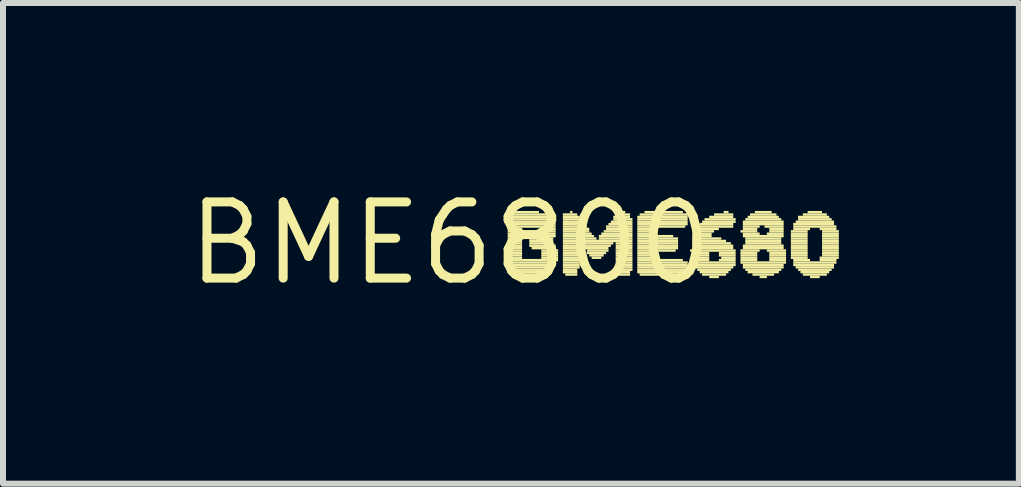
<source format=kicad_pcb>
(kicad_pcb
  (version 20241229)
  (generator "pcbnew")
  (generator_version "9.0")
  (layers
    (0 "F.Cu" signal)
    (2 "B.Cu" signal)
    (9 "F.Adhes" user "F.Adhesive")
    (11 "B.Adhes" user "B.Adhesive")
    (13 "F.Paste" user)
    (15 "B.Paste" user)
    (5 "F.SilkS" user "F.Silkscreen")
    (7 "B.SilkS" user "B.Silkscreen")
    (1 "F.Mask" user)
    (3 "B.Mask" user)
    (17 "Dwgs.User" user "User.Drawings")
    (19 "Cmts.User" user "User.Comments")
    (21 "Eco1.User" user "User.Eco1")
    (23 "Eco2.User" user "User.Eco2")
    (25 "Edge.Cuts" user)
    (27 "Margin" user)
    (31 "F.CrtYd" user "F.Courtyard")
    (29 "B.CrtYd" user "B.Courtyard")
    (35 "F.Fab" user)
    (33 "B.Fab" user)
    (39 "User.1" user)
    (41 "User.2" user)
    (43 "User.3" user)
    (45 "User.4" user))
  (footprint "BME6800"
    (layer "F.Cu")
    (at 4.452 1.006)
    (property "Reference" "BME6800" (at 0 0 0) (layer "F.SilkS") (effects (font (size 1.27 1.27) (thickness 0.15))))
    (fp_poly (pts (xy 0.96 -0.46) (xy 1.6 -0.46) (xy 1.6 -0.5) (xy 0.96 -0.5)) (stroke (width 0) (type default)) (fill yes) (layer "F.SilkS"))
    (fp_poly (pts (xy 0.96 -0.42) (xy 1.64 -0.42) (xy 1.64 -0.46) (xy 0.96 -0.46)) (stroke (width 0) (type default)) (fill yes) (layer "F.SilkS"))
    (fp_poly (pts (xy 0.96 -0.38) (xy 1.68 -0.38) (xy 1.68 -0.42) (xy 0.96 -0.42)) (stroke (width 0) (type default)) (fill yes) (layer "F.SilkS"))
    (fp_poly (pts (xy 0.96 -0.34) (xy 1.72 -0.34) (xy 1.72 -0.38) (xy 0.96 -0.38)) (stroke (width 0) (type default)) (fill yes) (layer "F.SilkS"))
    (fp_poly (pts (xy 0.96 -0.3) (xy 1.76 -0.3) (xy 1.76 -0.34) (xy 0.96 -0.34)) (stroke (width 0) (type default)) (fill yes) (layer "F.SilkS"))
    (fp_poly (pts (xy 0.96 -0.26) (xy 1.76 -0.26) (xy 1.76 -0.3) (xy 0.96 -0.3)) (stroke (width 0) (type default)) (fill yes) (layer "F.SilkS"))
    (fp_poly (pts (xy 0.96 -0.22) (xy 1.2 -0.22) (xy 1.2 -0.26) (xy 0.96 -0.26)) (stroke (width 0) (type default)) (fill yes) (layer "F.SilkS"))
    (fp_poly (pts (xy 0.96 -0.18) (xy 1.2 -0.18) (xy 1.2 -0.22) (xy 0.96 -0.22)) (stroke (width 0) (type default)) (fill yes) (layer "F.SilkS"))
    (fp_poly (pts (xy 0.96 -0.14) (xy 1.2 -0.14) (xy 1.2 -0.18) (xy 0.96 -0.18)) (stroke (width 0) (type default)) (fill yes) (layer "F.SilkS"))
    (fp_poly (pts (xy 0.96 -0.1) (xy 1.2 -0.1) (xy 1.2 -0.14) (xy 0.96 -0.14)) (stroke (width 0) (type default)) (fill yes) (layer "F.SilkS"))
    (fp_poly (pts (xy 0.96 -0.06) (xy 1.2 -0.06) (xy 1.2 -0.1) (xy 0.96 -0.1)) (stroke (width 0) (type default)) (fill yes) (layer "F.SilkS"))
    (fp_poly (pts (xy 0.96 -0.02) (xy 1.2 -0.02) (xy 1.2 -0.06) (xy 0.96 -0.06)) (stroke (width 0) (type default)) (fill yes) (layer "F.SilkS"))
    (fp_poly (pts (xy 0.96 0.02) (xy 1.2 0.02) (xy 1.2 -0.02) (xy 0.96 -0.02)) (stroke (width 0) (type default)) (fill yes) (layer "F.SilkS"))
    (fp_poly (pts (xy 0.96 0.06) (xy 1.2 0.06) (xy 1.2 0.02) (xy 0.96 0.02)) (stroke (width 0) (type default)) (fill yes) (layer "F.SilkS"))
    (fp_poly (pts (xy 0.96 0.1) (xy 1.2 0.1) (xy 1.2 0.06) (xy 0.96 0.06)) (stroke (width 0) (type default)) (fill yes) (layer "F.SilkS"))
    (fp_poly (pts (xy 0.96 0.14) (xy 1.2 0.14) (xy 1.2 0.1) (xy 0.96 0.1)) (stroke (width 0) (type default)) (fill yes) (layer "F.SilkS"))
    (fp_poly (pts (xy 0.96 0.18) (xy 1.2 0.18) (xy 1.2 0.14) (xy 0.96 0.14)) (stroke (width 0) (type default)) (fill yes) (layer "F.SilkS"))
    (fp_poly (pts (xy 0.96 0.22) (xy 1.2 0.22) (xy 1.2 0.18) (xy 0.96 0.18)) (stroke (width 0) (type default)) (fill yes) (layer "F.SilkS"))
    (fp_poly (pts (xy 0.96 0.26) (xy 1.2 0.26) (xy 1.2 0.22) (xy 0.96 0.22)) (stroke (width 0) (type default)) (fill yes) (layer "F.SilkS"))
    (fp_poly (pts (xy 0.96 0.3) (xy 1.8 0.3) (xy 1.8 0.26) (xy 0.96 0.26)) (stroke (width 0) (type default)) (fill yes) (layer "F.SilkS"))
    (fp_poly (pts (xy 0.96 0.34) (xy 1.76 0.34) (xy 1.76 0.3) (xy 0.96 0.3)) (stroke (width 0) (type default)) (fill yes) (layer "F.SilkS"))
    (fp_poly (pts (xy 0.96 0.38) (xy 1.76 0.38) (xy 1.76 0.34) (xy 0.96 0.34)) (stroke (width 0) (type default)) (fill yes) (layer "F.SilkS"))
    (fp_poly (pts (xy 0.96 0.42) (xy 1.72 0.42) (xy 1.72 0.38) (xy 0.96 0.38)) (stroke (width 0) (type default)) (fill yes) (layer "F.SilkS"))
    (fp_poly (pts (xy 0.96 0.46) (xy 1.68 0.46) (xy 1.68 0.42) (xy 0.96 0.42)) (stroke (width 0) (type default)) (fill yes) (layer "F.SilkS"))
    (fp_poly (pts (xy 0.96 0.5) (xy 1.64 0.5) (xy 1.64 0.46) (xy 0.96 0.46)) (stroke (width 0) (type default)) (fill yes) (layer "F.SilkS"))
    (fp_poly (pts (xy 1 0.54) (xy 1.6 0.54) (xy 1.6 0.5) (xy 1 0.5)) (stroke (width 0) (type default)) (fill yes) (layer "F.SilkS"))
    (fp_poly (pts (xy 1.04 -0.5) (xy 1.48 -0.5) (xy 1.48 -0.54) (xy 1.04 -0.54)) (stroke (width 0) (type default)) (fill yes) (layer "F.SilkS"))
    (fp_poly (pts (xy 1.32 -0.06) (xy 1.72 -0.06) (xy 1.72 -0.1) (xy 1.32 -0.1)) (stroke (width 0) (type default)) (fill yes) (layer "F.SilkS"))
    (fp_poly (pts (xy 1.32 -0.02) (xy 1.72 -0.02) (xy 1.72 -0.06) (xy 1.32 -0.06)) (stroke (width 0) (type default)) (fill yes) (layer "F.SilkS"))
    (fp_poly (pts (xy 1.32 0.02) (xy 1.72 0.02) (xy 1.72 -0.02) (xy 1.32 -0.02)) (stroke (width 0) (type default)) (fill yes) (layer "F.SilkS"))
    (fp_poly (pts (xy 1.32 0.06) (xy 1.76 0.06) (xy 1.76 0.02) (xy 1.32 0.02)) (stroke (width 0) (type default)) (fill yes) (layer "F.SilkS"))
    (fp_poly (pts (xy 1.36 0.1) (xy 1.76 0.1) (xy 1.76 0.06) (xy 1.36 0.06)) (stroke (width 0) (type default)) (fill yes) (layer "F.SilkS"))
    (fp_poly (pts (xy 1.4 -0.1) (xy 1.76 -0.1) (xy 1.76 -0.14) (xy 1.4 -0.14)) (stroke (width 0) (type default)) (fill yes) (layer "F.SilkS"))
    (fp_poly (pts (xy 1.48 -0.22) (xy 1.76 -0.22) (xy 1.76 -0.26) (xy 1.48 -0.26)) (stroke (width 0) (type default)) (fill yes) (layer "F.SilkS"))
    (fp_poly (pts (xy 1.48 -0.18) (xy 1.76 -0.18) (xy 1.76 -0.22) (xy 1.48 -0.22)) (stroke (width 0) (type default)) (fill yes) (layer "F.SilkS"))
    (fp_poly (pts (xy 1.48 -0.14) (xy 1.76 -0.14) (xy 1.76 -0.18) (xy 1.48 -0.18)) (stroke (width 0) (type default)) (fill yes) (layer "F.SilkS"))
    (fp_poly (pts (xy 1.52 0.14) (xy 1.8 0.14) (xy 1.8 0.1) (xy 1.52 0.1)) (stroke (width 0) (type default)) (fill yes) (layer "F.SilkS"))
    (fp_poly (pts (xy 1.52 0.18) (xy 1.8 0.18) (xy 1.8 0.14) (xy 1.52 0.14)) (stroke (width 0) (type default)) (fill yes) (layer "F.SilkS"))
    (fp_poly (pts (xy 1.52 0.22) (xy 1.8 0.22) (xy 1.8 0.18) (xy 1.52 0.18)) (stroke (width 0) (type default)) (fill yes) (layer "F.SilkS"))
    (fp_poly (pts (xy 1.52 0.26) (xy 1.8 0.26) (xy 1.8 0.22) (xy 1.52 0.22)) (stroke (width 0) (type default)) (fill yes) (layer "F.SilkS"))
    (fp_poly (pts (xy 1.88 -0.46) (xy 2.12 -0.46) (xy 2.12 -0.5) (xy 1.88 -0.5)) (stroke (width 0) (type default)) (fill yes) (layer "F.SilkS"))
    (fp_poly (pts (xy 1.88 -0.42) (xy 2.16 -0.42) (xy 2.16 -0.46) (xy 1.88 -0.46)) (stroke (width 0) (type default)) (fill yes) (layer "F.SilkS"))
    (fp_poly (pts (xy 1.88 -0.38) (xy 2.2 -0.38) (xy 2.2 -0.42) (xy 1.88 -0.42)) (stroke (width 0) (type default)) (fill yes) (layer "F.SilkS"))
    (fp_poly (pts (xy 1.88 -0.34) (xy 2.2 -0.34) (xy 2.2 -0.38) (xy 1.88 -0.38)) (stroke (width 0) (type default)) (fill yes) (layer "F.SilkS"))
    (fp_poly (pts (xy 1.88 -0.3) (xy 2.24 -0.3) (xy 2.24 -0.34) (xy 1.88 -0.34)) (stroke (width 0) (type default)) (fill yes) (layer "F.SilkS"))
    (fp_poly (pts (xy 1.88 -0.26) (xy 2.28 -0.26) (xy 2.28 -0.3) (xy 1.88 -0.3)) (stroke (width 0) (type default)) (fill yes) (layer "F.SilkS"))
    (fp_poly (pts (xy 1.88 -0.22) (xy 2.32 -0.22) (xy 2.32 -0.26) (xy 1.88 -0.26)) (stroke (width 0) (type default)) (fill yes) (layer "F.SilkS"))
    (fp_poly (pts (xy 1.88 -0.18) (xy 2.32 -0.18) (xy 2.32 -0.22) (xy 1.88 -0.22)) (stroke (width 0) (type default)) (fill yes) (layer "F.SilkS"))
    (fp_poly (pts (xy 1.88 -0.14) (xy 2.36 -0.14) (xy 2.36 -0.18) (xy 1.88 -0.18)) (stroke (width 0) (type default)) (fill yes) (layer "F.SilkS"))
    (fp_poly (pts (xy 1.88 -0.1) (xy 2.4 -0.1) (xy 2.4 -0.14) (xy 1.88 -0.14)) (stroke (width 0) (type default)) (fill yes) (layer "F.SilkS"))
    (fp_poly (pts (xy 1.88 -0.06) (xy 2.44 -0.06) (xy 2.44 -0.1) (xy 1.88 -0.1)) (stroke (width 0) (type default)) (fill yes) (layer "F.SilkS"))
    (fp_poly (pts (xy 1.88 -0.02) (xy 3.04 -0.02) (xy 3.04 -0.06) (xy 1.88 -0.06)) (stroke (width 0) (type default)) (fill yes) (layer "F.SilkS"))
    (fp_poly (pts (xy 1.88 0.02) (xy 2.72 0.02) (xy 2.72 -0.02) (xy 1.88 -0.02)) (stroke (width 0) (type default)) (fill yes) (layer "F.SilkS"))
    (fp_poly (pts (xy 1.88 0.06) (xy 2.16 0.06) (xy 2.16 0.02) (xy 1.88 0.02)) (stroke (width 0) (type default)) (fill yes) (layer "F.SilkS"))
    (fp_poly (pts (xy 1.88 0.1) (xy 2.16 0.1) (xy 2.16 0.06) (xy 1.88 0.06)) (stroke (width 0) (type default)) (fill yes) (layer "F.SilkS"))
    (fp_poly (pts (xy 1.88 0.14) (xy 2.16 0.14) (xy 2.16 0.1) (xy 1.88 0.1)) (stroke (width 0) (type default)) (fill yes) (layer "F.SilkS"))
    (fp_poly (pts (xy 1.88 0.18) (xy 2.16 0.18) (xy 2.16 0.14) (xy 1.88 0.14)) (stroke (width 0) (type default)) (fill yes) (layer "F.SilkS"))
    (fp_poly (pts (xy 1.88 0.22) (xy 2.16 0.22) (xy 2.16 0.18) (xy 1.88 0.18)) (stroke (width 0) (type default)) (fill yes) (layer "F.SilkS"))
    (fp_poly (pts (xy 1.88 0.26) (xy 2.16 0.26) (xy 2.16 0.22) (xy 1.88 0.22)) (stroke (width 0) (type default)) (fill yes) (layer "F.SilkS"))
    (fp_poly (pts (xy 1.88 0.3) (xy 2.16 0.3) (xy 2.16 0.26) (xy 1.88 0.26)) (stroke (width 0) (type default)) (fill yes) (layer "F.SilkS"))
    (fp_poly (pts (xy 1.88 0.34) (xy 2.16 0.34) (xy 2.16 0.3) (xy 1.88 0.3)) (stroke (width 0) (type default)) (fill yes) (layer "F.SilkS"))
    (fp_poly (pts (xy 1.88 0.38) (xy 2.16 0.38) (xy 2.16 0.34) (xy 1.88 0.34)) (stroke (width 0) (type default)) (fill yes) (layer "F.SilkS"))
    (fp_poly (pts (xy 1.88 0.42) (xy 2.16 0.42) (xy 2.16 0.38) (xy 1.88 0.38)) (stroke (width 0) (type default)) (fill yes) (layer "F.SilkS"))
    (fp_poly (pts (xy 1.88 0.46) (xy 2.12 0.46) (xy 2.12 0.42) (xy 1.88 0.42)) (stroke (width 0) (type default)) (fill yes) (layer "F.SilkS"))
    (fp_poly (pts (xy 1.88 0.5) (xy 2.12 0.5) (xy 2.12 0.46) (xy 1.88 0.46)) (stroke (width 0) (type default)) (fill yes) (layer "F.SilkS"))
    (fp_poly (pts (xy 1.92 0.54) (xy 2.12 0.54) (xy 2.12 0.5) (xy 1.92 0.5)) (stroke (width 0) (type default)) (fill yes) (layer "F.SilkS"))
    (fp_poly (pts (xy 2 -0.5) (xy 2.04 -0.5) (xy 2.04 -0.54) (xy 2 -0.54)) (stroke (width 0) (type default)) (fill yes) (layer "F.SilkS"))
    (fp_poly (pts (xy 2.2 0.06) (xy 2.68 0.06) (xy 2.68 0.02) (xy 2.2 0.02)) (stroke (width 0) (type default)) (fill yes) (layer "F.SilkS"))
    (fp_poly (pts (xy 2.24 0.1) (xy 2.64 0.1) (xy 2.64 0.06) (xy 2.24 0.06)) (stroke (width 0) (type default)) (fill yes) (layer "F.SilkS"))
    (fp_poly (pts (xy 2.28 0.14) (xy 2.64 0.14) (xy 2.64 0.1) (xy 2.28 0.1)) (stroke (width 0) (type default)) (fill yes) (layer "F.SilkS"))
    (fp_poly (pts (xy 2.28 0.18) (xy 2.6 0.18) (xy 2.6 0.14) (xy 2.28 0.14)) (stroke (width 0) (type default)) (fill yes) (layer "F.SilkS"))
    (fp_poly (pts (xy 2.32 0.22) (xy 2.56 0.22) (xy 2.56 0.18) (xy 2.32 0.18)) (stroke (width 0) (type default)) (fill yes) (layer "F.SilkS"))
    (fp_poly (pts (xy 2.36 0.26) (xy 2.52 0.26) (xy 2.52 0.22) (xy 2.36 0.22)) (stroke (width 0) (type default)) (fill yes) (layer "F.SilkS"))
    (fp_poly (pts (xy 2.48 -0.1) (xy 3.04 -0.1) (xy 3.04 -0.14) (xy 2.48 -0.14)) (stroke (width 0) (type default)) (fill yes) (layer "F.SilkS"))
    (fp_poly (pts (xy 2.48 -0.06) (xy 3.04 -0.06) (xy 3.04 -0.1) (xy 2.48 -0.1)) (stroke (width 0) (type default)) (fill yes) (layer "F.SilkS"))
    (fp_poly (pts (xy 2.52 -0.14) (xy 3.04 -0.14) (xy 3.04 -0.18) (xy 2.52 -0.18)) (stroke (width 0) (type default)) (fill yes) (layer "F.SilkS"))
    (fp_poly (pts (xy 2.56 -0.18) (xy 3.04 -0.18) (xy 3.04 -0.22) (xy 2.56 -0.22)) (stroke (width 0) (type default)) (fill yes) (layer "F.SilkS"))
    (fp_poly (pts (xy 2.6 -0.26) (xy 3.04 -0.26) (xy 3.04 -0.3) (xy 2.6 -0.3)) (stroke (width 0) (type default)) (fill yes) (layer "F.SilkS"))
    (fp_poly (pts (xy 2.6 -0.22) (xy 3.04 -0.22) (xy 3.04 -0.26) (xy 2.6 -0.26)) (stroke (width 0) (type default)) (fill yes) (layer "F.SilkS"))
    (fp_poly (pts (xy 2.64 -0.3) (xy 3.04 -0.3) (xy 3.04 -0.34) (xy 2.64 -0.34)) (stroke (width 0) (type default)) (fill yes) (layer "F.SilkS"))
    (fp_poly (pts (xy 2.68 -0.34) (xy 3.04 -0.34) (xy 3.04 -0.38) (xy 2.68 -0.38)) (stroke (width 0) (type default)) (fill yes) (layer "F.SilkS"))
    (fp_poly (pts (xy 2.72 -0.42) (xy 3 -0.42) (xy 3 -0.46) (xy 2.72 -0.46)) (stroke (width 0) (type default)) (fill yes) (layer "F.SilkS"))
    (fp_poly (pts (xy 2.72 -0.38) (xy 3.04 -0.38) (xy 3.04 -0.42) (xy 2.72 -0.42)) (stroke (width 0) (type default)) (fill yes) (layer "F.SilkS"))
    (fp_poly (pts (xy 2.76 -0.46) (xy 3 -0.46) (xy 3 -0.5) (xy 2.76 -0.5)) (stroke (width 0) (type default)) (fill yes) (layer "F.SilkS"))
    (fp_poly (pts (xy 2.76 0.02) (xy 3.04 0.02) (xy 3.04 -0.02) (xy 2.76 -0.02)) (stroke (width 0) (type default)) (fill yes) (layer "F.SilkS"))
    (fp_poly (pts (xy 2.76 0.06) (xy 3.04 0.06) (xy 3.04 0.02) (xy 2.76 0.02)) (stroke (width 0) (type default)) (fill yes) (layer "F.SilkS"))
    (fp_poly (pts (xy 2.76 0.1) (xy 3.04 0.1) (xy 3.04 0.06) (xy 2.76 0.06)) (stroke (width 0) (type default)) (fill yes) (layer "F.SilkS"))
    (fp_poly (pts (xy 2.76 0.14) (xy 3.04 0.14) (xy 3.04 0.1) (xy 2.76 0.1)) (stroke (width 0) (type default)) (fill yes) (layer "F.SilkS"))
    (fp_poly (pts (xy 2.76 0.18) (xy 3.04 0.18) (xy 3.04 0.14) (xy 2.76 0.14)) (stroke (width 0) (type default)) (fill yes) (layer "F.SilkS"))
    (fp_poly (pts (xy 2.76 0.22) (xy 3.04 0.22) (xy 3.04 0.18) (xy 2.76 0.18)) (stroke (width 0) (type default)) (fill yes) (layer "F.SilkS"))
    (fp_poly (pts (xy 2.76 0.26) (xy 3.04 0.26) (xy 3.04 0.22) (xy 2.76 0.22)) (stroke (width 0) (type default)) (fill yes) (layer "F.SilkS"))
    (fp_poly (pts (xy 2.76 0.3) (xy 3.04 0.3) (xy 3.04 0.26) (xy 2.76 0.26)) (stroke (width 0) (type default)) (fill yes) (layer "F.SilkS"))
    (fp_poly (pts (xy 2.76 0.34) (xy 3.04 0.34) (xy 3.04 0.3) (xy 2.76 0.3)) (stroke (width 0) (type default)) (fill yes) (layer "F.SilkS"))
    (fp_poly (pts (xy 2.76 0.38) (xy 3.04 0.38) (xy 3.04 0.34) (xy 2.76 0.34)) (stroke (width 0) (type default)) (fill yes) (layer "F.SilkS"))
    (fp_poly (pts (xy 2.76 0.42) (xy 3.04 0.42) (xy 3.04 0.38) (xy 2.76 0.38)) (stroke (width 0) (type default)) (fill yes) (layer "F.SilkS"))
    (fp_poly (pts (xy 2.76 0.46) (xy 3.04 0.46) (xy 3.04 0.42) (xy 2.76 0.42)) (stroke (width 0) (type default)) (fill yes) (layer "F.SilkS"))
    (fp_poly (pts (xy 2.76 0.5) (xy 3 0.5) (xy 3 0.46) (xy 2.76 0.46)) (stroke (width 0) (type default)) (fill yes) (layer "F.SilkS"))
    (fp_poly (pts (xy 2.8 0.54) (xy 3 0.54) (xy 3 0.5) (xy 2.8 0.5)) (stroke (width 0) (type default)) (fill yes) (layer "F.SilkS"))
    (fp_poly (pts (xy 2.88 -0.5) (xy 2.92 -0.5) (xy 2.92 -0.54) (xy 2.88 -0.54)) (stroke (width 0) (type default)) (fill yes) (layer "F.SilkS"))
    (fp_poly (pts (xy 3.12 -0.42) (xy 3.96 -0.42) (xy 3.96 -0.46) (xy 3.12 -0.46)) (stroke (width 0) (type default)) (fill yes) (layer "F.SilkS"))
    (fp_poly (pts (xy 3.12 -0.38) (xy 3.96 -0.38) (xy 3.96 -0.42) (xy 3.12 -0.42)) (stroke (width 0) (type default)) (fill yes) (layer "F.SilkS"))
    (fp_poly (pts (xy 3.12 -0.34) (xy 3.96 -0.34) (xy 3.96 -0.38) (xy 3.12 -0.38)) (stroke (width 0) (type default)) (fill yes) (layer "F.SilkS"))
    (fp_poly (pts (xy 3.12 -0.3) (xy 3.96 -0.3) (xy 3.96 -0.34) (xy 3.12 -0.34)) (stroke (width 0) (type default)) (fill yes) (layer "F.SilkS"))
    (fp_poly (pts (xy 3.12 -0.26) (xy 3.92 -0.26) (xy 3.92 -0.3) (xy 3.12 -0.3)) (stroke (width 0) (type default)) (fill yes) (layer "F.SilkS"))
    (fp_poly (pts (xy 3.12 -0.22) (xy 3.4 -0.22) (xy 3.4 -0.26) (xy 3.12 -0.26)) (stroke (width 0) (type default)) (fill yes) (layer "F.SilkS"))
    (fp_poly (pts (xy 3.12 -0.18) (xy 3.4 -0.18) (xy 3.4 -0.22) (xy 3.12 -0.22)) (stroke (width 0) (type default)) (fill yes) (layer "F.SilkS"))
    (fp_poly (pts (xy 3.12 -0.14) (xy 3.4 -0.14) (xy 3.4 -0.18) (xy 3.12 -0.18)) (stroke (width 0) (type default)) (fill yes) (layer "F.SilkS"))
    (fp_poly (pts (xy 3.12 -0.1) (xy 3.72 -0.1) (xy 3.72 -0.14) (xy 3.12 -0.14)) (stroke (width 0) (type default)) (fill yes) (layer "F.SilkS"))
    (fp_poly (pts (xy 3.12 -0.06) (xy 3.8 -0.06) (xy 3.8 -0.1) (xy 3.12 -0.1)) (stroke (width 0) (type default)) (fill yes) (layer "F.SilkS"))
    (fp_poly (pts (xy 3.12 -0.02) (xy 3.8 -0.02) (xy 3.8 -0.06) (xy 3.12 -0.06)) (stroke (width 0) (type default)) (fill yes) (layer "F.SilkS"))
    (fp_poly (pts (xy 3.12 0.02) (xy 3.8 0.02) (xy 3.8 -0.02) (xy 3.12 -0.02)) (stroke (width 0) (type default)) (fill yes) (layer "F.SilkS"))
    (fp_poly (pts (xy 3.12 0.06) (xy 3.8 0.06) (xy 3.8 0.02) (xy 3.12 0.02)) (stroke (width 0) (type default)) (fill yes) (layer "F.SilkS"))
    (fp_poly (pts (xy 3.12 0.1) (xy 3.8 0.1) (xy 3.8 0.06) (xy 3.12 0.06)) (stroke (width 0) (type default)) (fill yes) (layer "F.SilkS"))
    (fp_poly (pts (xy 3.12 0.14) (xy 3.76 0.14) (xy 3.76 0.1) (xy 3.12 0.1)) (stroke (width 0) (type default)) (fill yes) (layer "F.SilkS"))
    (fp_poly (pts (xy 3.12 0.18) (xy 3.4 0.18) (xy 3.4 0.14) (xy 3.12 0.14)) (stroke (width 0) (type default)) (fill yes) (layer "F.SilkS"))
    (fp_poly (pts (xy 3.12 0.22) (xy 3.4 0.22) (xy 3.4 0.18) (xy 3.12 0.18)) (stroke (width 0) (type default)) (fill yes) (layer "F.SilkS"))
    (fp_poly (pts (xy 3.12 0.26) (xy 3.4 0.26) (xy 3.4 0.22) (xy 3.12 0.22)) (stroke (width 0) (type default)) (fill yes) (layer "F.SilkS"))
    (fp_poly (pts (xy 3.12 0.3) (xy 3.88 0.3) (xy 3.88 0.26) (xy 3.12 0.26)) (stroke (width 0) (type default)) (fill yes) (layer "F.SilkS"))
    (fp_poly (pts (xy 3.12 0.34) (xy 3.96 0.34) (xy 3.96 0.3) (xy 3.12 0.3)) (stroke (width 0) (type default)) (fill yes) (layer "F.SilkS"))
    (fp_poly (pts (xy 3.12 0.38) (xy 3.96 0.38) (xy 3.96 0.34) (xy 3.12 0.34)) (stroke (width 0) (type default)) (fill yes) (layer "F.SilkS"))
    (fp_poly (pts (xy 3.12 0.42) (xy 3.96 0.42) (xy 3.96 0.38) (xy 3.12 0.38)) (stroke (width 0) (type default)) (fill yes) (layer "F.SilkS"))
    (fp_poly (pts (xy 3.12 0.46) (xy 3.96 0.46) (xy 3.96 0.42) (xy 3.12 0.42)) (stroke (width 0) (type default)) (fill yes) (layer "F.SilkS"))
    (fp_poly (pts (xy 3.12 0.5) (xy 3.96 0.5) (xy 3.96 0.46) (xy 3.12 0.46)) (stroke (width 0) (type default)) (fill yes) (layer "F.SilkS"))
    (fp_poly (pts (xy 3.16 -0.46) (xy 3.96 -0.46) (xy 3.96 -0.5) (xy 3.16 -0.5)) (stroke (width 0) (type default)) (fill yes) (layer "F.SilkS"))
    (fp_poly (pts (xy 3.16 0.54) (xy 3.92 0.54) (xy 3.92 0.5) (xy 3.16 0.5)) (stroke (width 0) (type default)) (fill yes) (layer "F.SilkS"))
    (fp_poly (pts (xy 3.24 -0.5) (xy 3.88 -0.5) (xy 3.88 -0.54) (xy 3.24 -0.54)) (stroke (width 0) (type default)) (fill yes) (layer "F.SilkS"))
    (fp_poly (pts (xy 4 0.14) (xy 4.76 0.14) (xy 4.76 0.1) (xy 4 0.1)) (stroke (width 0) (type default)) (fill yes) (layer "F.SilkS"))
    (fp_poly (pts (xy 4.04 -0.1) (xy 4.36 -0.1) (xy 4.36 -0.14) (xy 4.04 -0.14)) (stroke (width 0) (type default)) (fill yes) (layer "F.SilkS"))
    (fp_poly (pts (xy 4.04 -0.06) (xy 4.52 -0.06) (xy 4.52 -0.1) (xy 4.04 -0.1)) (stroke (width 0) (type default)) (fill yes) (layer "F.SilkS"))
    (fp_poly (pts (xy 4.04 -0.02) (xy 4.6 -0.02) (xy 4.6 -0.06) (xy 4.04 -0.06)) (stroke (width 0) (type default)) (fill yes) (layer "F.SilkS"))
    (fp_poly (pts (xy 4.04 0.02) (xy 4.68 0.02) (xy 4.68 -0.02) (xy 4.04 -0.02)) (stroke (width 0) (type default)) (fill yes) (layer "F.SilkS"))
    (fp_poly (pts (xy 4.04 0.06) (xy 4.72 0.06) (xy 4.72 0.02) (xy 4.04 0.02)) (stroke (width 0) (type default)) (fill yes) (layer "F.SilkS"))
    (fp_poly (pts (xy 4.04 0.1) (xy 4.72 0.1) (xy 4.72 0.06) (xy 4.04 0.06)) (stroke (width 0) (type default)) (fill yes) (layer "F.SilkS"))
    (fp_poly (pts (xy 4.04 0.18) (xy 4.32 0.18) (xy 4.32 0.14) (xy 4.04 0.14)) (stroke (width 0) (type default)) (fill yes) (layer "F.SilkS"))
    (fp_poly (pts (xy 4.04 0.22) (xy 4.32 0.22) (xy 4.32 0.18) (xy 4.04 0.18)) (stroke (width 0) (type default)) (fill yes) (layer "F.SilkS"))
    (fp_poly (pts (xy 4.04 0.26) (xy 4.32 0.26) (xy 4.32 0.22) (xy 4.04 0.22)) (stroke (width 0) (type default)) (fill yes) (layer "F.SilkS"))
    (fp_poly (pts (xy 4.04 0.3) (xy 4.32 0.3) (xy 4.32 0.26) (xy 4.04 0.26)) (stroke (width 0) (type default)) (fill yes) (layer "F.SilkS"))
    (fp_poly (pts (xy 4.04 0.34) (xy 4.76 0.34) (xy 4.76 0.3) (xy 4.04 0.3)) (stroke (width 0) (type default)) (fill yes) (layer "F.SilkS"))
    (fp_poly (pts (xy 4.08 -0.18) (xy 4.4 -0.18) (xy 4.4 -0.22) (xy 4.08 -0.22)) (stroke (width 0) (type default)) (fill yes) (layer "F.SilkS"))
    (fp_poly (pts (xy 4.08 -0.14) (xy 4.36 -0.14) (xy 4.36 -0.18) (xy 4.08 -0.18)) (stroke (width 0) (type default)) (fill yes) (layer "F.SilkS"))
    (fp_poly (pts (xy 4.08 0.38) (xy 4.76 0.38) (xy 4.76 0.34) (xy 4.08 0.34)) (stroke (width 0) (type default)) (fill yes) (layer "F.SilkS"))
    (fp_poly (pts (xy 4.08 0.42) (xy 4.72 0.42) (xy 4.72 0.38) (xy 4.08 0.38)) (stroke (width 0) (type default)) (fill yes) (layer "F.SilkS"))
    (fp_poly (pts (xy 4.12 -0.26) (xy 4.72 -0.26) (xy 4.72 -0.3) (xy 4.12 -0.3)) (stroke (width 0) (type default)) (fill yes) (layer "F.SilkS"))
    (fp_poly (pts (xy 4.12 -0.22) (xy 4.48 -0.22) (xy 4.48 -0.26) (xy 4.12 -0.26)) (stroke (width 0) (type default)) (fill yes) (layer "F.SilkS"))
    (fp_poly (pts (xy 4.12 0.46) (xy 4.68 0.46) (xy 4.68 0.42) (xy 4.12 0.42)) (stroke (width 0) (type default)) (fill yes) (layer "F.SilkS"))
    (fp_poly (pts (xy 4.16 -0.3) (xy 4.72 -0.3) (xy 4.72 -0.34) (xy 4.16 -0.34)) (stroke (width 0) (type default)) (fill yes) (layer "F.SilkS"))
    (fp_poly (pts (xy 4.16 0.5) (xy 4.64 0.5) (xy 4.64 0.46) (xy 4.16 0.46)) (stroke (width 0) (type default)) (fill yes) (layer "F.SilkS"))
    (fp_poly (pts (xy 4.2 -0.34) (xy 4.76 -0.34) (xy 4.76 -0.38) (xy 4.2 -0.38)) (stroke (width 0) (type default)) (fill yes) (layer "F.SilkS"))
    (fp_poly (pts (xy 4.2 0.54) (xy 4.6 0.54) (xy 4.6 0.5) (xy 4.2 0.5)) (stroke (width 0) (type default)) (fill yes) (layer "F.SilkS"))
    (fp_poly (pts (xy 4.24 -0.38) (xy 4.76 -0.38) (xy 4.76 -0.42) (xy 4.24 -0.42)) (stroke (width 0) (type default)) (fill yes) (layer "F.SilkS"))
    (fp_poly (pts (xy 4.32 -0.42) (xy 4.72 -0.42) (xy 4.72 -0.46) (xy 4.32 -0.46)) (stroke (width 0) (type default)) (fill yes) (layer "F.SilkS"))
    (fp_poly (pts (xy 4.32 0.58) (xy 4.48 0.58) (xy 4.48 0.54) (xy 4.32 0.54)) (stroke (width 0) (type default)) (fill yes) (layer "F.SilkS"))
    (fp_poly (pts (xy 4.4 -0.46) (xy 4.72 -0.46) (xy 4.72 -0.5) (xy 4.4 -0.5)) (stroke (width 0) (type default)) (fill yes) (layer "F.SilkS"))
    (fp_poly (pts (xy 4.48 0.18) (xy 4.76 0.18) (xy 4.76 0.14) (xy 4.48 0.14)) (stroke (width 0) (type default)) (fill yes) (layer "F.SilkS"))
    (fp_poly (pts (xy 4.48 0.22) (xy 4.76 0.22) (xy 4.76 0.18) (xy 4.48 0.18)) (stroke (width 0) (type default)) (fill yes) (layer "F.SilkS"))
    (fp_poly (pts (xy 4.48 0.3) (xy 4.76 0.3) (xy 4.76 0.26) (xy 4.48 0.26)) (stroke (width 0) (type default)) (fill yes) (layer "F.SilkS"))
    (fp_poly (pts (xy 4.52 0.26) (xy 4.76 0.26) (xy 4.76 0.22) (xy 4.52 0.22)) (stroke (width 0) (type default)) (fill yes) (layer "F.SilkS"))
    (fp_poly (pts (xy 4.56 -0.5) (xy 4.64 -0.5) (xy 4.64 -0.54) (xy 4.56 -0.54)) (stroke (width 0) (type default)) (fill yes) (layer "F.SilkS"))
    (fp_poly (pts (xy 4.84 -0.18) (xy 5.12 -0.18) (xy 5.12 -0.22) (xy 4.84 -0.22)) (stroke (width 0) (type default)) (fill yes) (layer "F.SilkS"))
    (fp_poly (pts (xy 4.84 0.14) (xy 5.16 0.14) (xy 5.16 0.1) (xy 4.84 0.1)) (stroke (width 0) (type default)) (fill yes) (layer "F.SilkS"))
    (fp_poly (pts (xy 4.84 0.18) (xy 5.12 0.18) (xy 5.12 0.14) (xy 4.84 0.14)) (stroke (width 0) (type default)) (fill yes) (layer "F.SilkS"))
    (fp_poly (pts (xy 4.84 0.22) (xy 5.12 0.22) (xy 5.12 0.18) (xy 4.84 0.18)) (stroke (width 0) (type default)) (fill yes) (layer "F.SilkS"))
    (fp_poly (pts (xy 4.84 0.26) (xy 5.12 0.26) (xy 5.12 0.22) (xy 4.84 0.22)) (stroke (width 0) (type default)) (fill yes) (layer "F.SilkS"))
    (fp_poly (pts (xy 4.84 0.3) (xy 5.12 0.3) (xy 5.12 0.26) (xy 4.84 0.26)) (stroke (width 0) (type default)) (fill yes) (layer "F.SilkS"))
    (fp_poly (pts (xy 4.84 0.34) (xy 5.6 0.34) (xy 5.6 0.3) (xy 4.84 0.3)) (stroke (width 0) (type default)) (fill yes) (layer "F.SilkS"))
    (fp_poly (pts (xy 4.88 -0.34) (xy 5.56 -0.34) (xy 5.56 -0.38) (xy 4.88 -0.38)) (stroke (width 0) (type default)) (fill yes) (layer "F.SilkS"))
    (fp_poly (pts (xy 4.88 -0.3) (xy 5.56 -0.3) (xy 5.56 -0.34) (xy 4.88 -0.34)) (stroke (width 0) (type default)) (fill yes) (layer "F.SilkS"))
    (fp_poly (pts (xy 4.88 -0.26) (xy 5.16 -0.26) (xy 5.16 -0.3) (xy 4.88 -0.3)) (stroke (width 0) (type default)) (fill yes) (layer "F.SilkS"))
    (fp_poly (pts (xy 4.88 -0.22) (xy 5.12 -0.22) (xy 5.12 -0.26) (xy 4.88 -0.26)) (stroke (width 0) (type default)) (fill yes) (layer "F.SilkS"))
    (fp_poly (pts (xy 4.88 -0.14) (xy 5.16 -0.14) (xy 5.16 -0.18) (xy 4.88 -0.18)) (stroke (width 0) (type default)) (fill yes) (layer "F.SilkS"))
    (fp_poly (pts (xy 4.88 -0.1) (xy 5.56 -0.1) (xy 5.56 -0.14) (xy 4.88 -0.14)) (stroke (width 0) (type default)) (fill yes) (layer "F.SilkS"))
    (fp_poly (pts (xy 4.88 0.06) (xy 5.56 0.06) (xy 5.56 0.02) (xy 4.88 0.02)) (stroke (width 0) (type default)) (fill yes) (layer "F.SilkS"))
    (fp_poly (pts (xy 4.88 0.1) (xy 5.56 0.1) (xy 5.56 0.06) (xy 4.88 0.06)) (stroke (width 0) (type default)) (fill yes) (layer "F.SilkS"))
    (fp_poly (pts (xy 4.88 0.38) (xy 5.56 0.38) (xy 5.56 0.34) (xy 4.88 0.34)) (stroke (width 0) (type default)) (fill yes) (layer "F.SilkS"))
    (fp_poly (pts (xy 4.88 0.42) (xy 5.56 0.42) (xy 5.56 0.38) (xy 4.88 0.38)) (stroke (width 0) (type default)) (fill yes) (layer "F.SilkS"))
    (fp_poly (pts (xy 4.92 -0.38) (xy 5.52 -0.38) (xy 5.52 -0.42) (xy 4.92 -0.42)) (stroke (width 0) (type default)) (fill yes) (layer "F.SilkS"))
    (fp_poly (pts (xy 4.92 -0.06) (xy 5.52 -0.06) (xy 5.52 -0.1) (xy 4.92 -0.1)) (stroke (width 0) (type default)) (fill yes) (layer "F.SilkS"))
    (fp_poly (pts (xy 4.92 -0.02) (xy 5.52 -0.02) (xy 5.52 -0.06) (xy 4.92 -0.06)) (stroke (width 0) (type default)) (fill yes) (layer "F.SilkS"))
    (fp_poly (pts (xy 4.92 0.02) (xy 5.52 0.02) (xy 5.52 -0.02) (xy 4.92 -0.02)) (stroke (width 0) (type default)) (fill yes) (layer "F.SilkS"))
    (fp_poly (pts (xy 4.92 0.46) (xy 5.52 0.46) (xy 5.52 0.42) (xy 4.92 0.42)) (stroke (width 0) (type default)) (fill yes) (layer "F.SilkS"))
    (fp_poly (pts (xy 4.96 -0.42) (xy 5.48 -0.42) (xy 5.48 -0.46) (xy 4.96 -0.46)) (stroke (width 0) (type default)) (fill yes) (layer "F.SilkS"))
    (fp_poly (pts (xy 4.96 0.5) (xy 5.48 0.5) (xy 5.48 0.46) (xy 4.96 0.46)) (stroke (width 0) (type default)) (fill yes) (layer "F.SilkS"))
    (fp_poly (pts (xy 5 -0.46) (xy 5.44 -0.46) (xy 5.44 -0.5) (xy 5 -0.5)) (stroke (width 0) (type default)) (fill yes) (layer "F.SilkS"))
    (fp_poly (pts (xy 5.04 0.54) (xy 5.4 0.54) (xy 5.4 0.5) (xy 5.04 0.5)) (stroke (width 0) (type default)) (fill yes) (layer "F.SilkS"))
    (fp_poly (pts (xy 5.08 -0.5) (xy 5.36 -0.5) (xy 5.36 -0.54) (xy 5.08 -0.54)) (stroke (width 0) (type default)) (fill yes) (layer "F.SilkS"))
    (fp_poly (pts (xy 5.16 0.58) (xy 5.28 0.58) (xy 5.28 0.54) (xy 5.16 0.54)) (stroke (width 0) (type default)) (fill yes) (layer "F.SilkS"))
    (fp_poly (pts (xy 5.24 -0.26) (xy 5.56 -0.26) (xy 5.56 -0.3) (xy 5.24 -0.3)) (stroke (width 0) (type default)) (fill yes) (layer "F.SilkS"))
    (fp_poly (pts (xy 5.28 -0.14) (xy 5.56 -0.14) (xy 5.56 -0.18) (xy 5.28 -0.18)) (stroke (width 0) (type default)) (fill yes) (layer "F.SilkS"))
    (fp_poly (pts (xy 5.28 0.14) (xy 5.6 0.14) (xy 5.6 0.1) (xy 5.28 0.1)) (stroke (width 0) (type default)) (fill yes) (layer "F.SilkS"))
    (fp_poly (pts (xy 5.32 -0.22) (xy 5.56 -0.22) (xy 5.56 -0.26) (xy 5.32 -0.26)) (stroke (width 0) (type default)) (fill yes) (layer "F.SilkS"))
    (fp_poly (pts (xy 5.32 -0.18) (xy 5.56 -0.18) (xy 5.56 -0.22) (xy 5.32 -0.22)) (stroke (width 0) (type default)) (fill yes) (layer "F.SilkS"))
    (fp_poly (pts (xy 5.32 0.18) (xy 5.6 0.18) (xy 5.6 0.14) (xy 5.32 0.14)) (stroke (width 0) (type default)) (fill yes) (layer "F.SilkS"))
    (fp_poly (pts (xy 5.32 0.22) (xy 5.6 0.22) (xy 5.6 0.18) (xy 5.32 0.18)) (stroke (width 0) (type default)) (fill yes) (layer "F.SilkS"))
    (fp_poly (pts (xy 5.32 0.26) (xy 5.6 0.26) (xy 5.6 0.22) (xy 5.32 0.22)) (stroke (width 0) (type default)) (fill yes) (layer "F.SilkS"))
    (fp_poly (pts (xy 5.32 0.3) (xy 5.6 0.3) (xy 5.6 0.26) (xy 5.32 0.26)) (stroke (width 0) (type default)) (fill yes) (layer "F.SilkS"))
    (fp_poly (pts (xy 5.68 -0.18) (xy 5.96 -0.18) (xy 5.96 -0.22) (xy 5.68 -0.22)) (stroke (width 0) (type default)) (fill yes) (layer "F.SilkS"))
    (fp_poly (pts (xy 5.68 -0.14) (xy 5.96 -0.14) (xy 5.96 -0.18) (xy 5.68 -0.18)) (stroke (width 0) (type default)) (fill yes) (layer "F.SilkS"))
    (fp_poly (pts (xy 5.68 -0.1) (xy 5.96 -0.1) (xy 5.96 -0.14) (xy 5.68 -0.14)) (stroke (width 0) (type default)) (fill yes) (layer "F.SilkS"))
    (fp_poly (pts (xy 5.68 -0.06) (xy 5.96 -0.06) (xy 5.96 -0.1) (xy 5.68 -0.1)) (stroke (width 0) (type default)) (fill yes) (layer "F.SilkS"))
    (fp_poly (pts (xy 5.68 -0.02) (xy 5.96 -0.02) (xy 5.96 -0.06) (xy 5.68 -0.06)) (stroke (width 0) (type default)) (fill yes) (layer "F.SilkS"))
    (fp_poly (pts (xy 5.68 0.02) (xy 5.96 0.02) (xy 5.96 -0.02) (xy 5.68 -0.02)) (stroke (width 0) (type default)) (fill yes) (layer "F.SilkS"))
    (fp_poly (pts (xy 5.68 0.06) (xy 5.96 0.06) (xy 5.96 0.02) (xy 5.68 0.02)) (stroke (width 0) (type default)) (fill yes) (layer "F.SilkS"))
    (fp_poly (pts (xy 5.68 0.1) (xy 5.96 0.1) (xy 5.96 0.06) (xy 5.68 0.06)) (stroke (width 0) (type default)) (fill yes) (layer "F.SilkS"))
    (fp_poly (pts (xy 5.68 0.14) (xy 5.96 0.14) (xy 5.96 0.1) (xy 5.68 0.1)) (stroke (width 0) (type default)) (fill yes) (layer "F.SilkS"))
    (fp_poly (pts (xy 5.68 0.18) (xy 5.96 0.18) (xy 5.96 0.14) (xy 5.68 0.14)) (stroke (width 0) (type default)) (fill yes) (layer "F.SilkS"))
    (fp_poly (pts (xy 5.68 0.22) (xy 5.96 0.22) (xy 5.96 0.18) (xy 5.68 0.18)) (stroke (width 0) (type default)) (fill yes) (layer "F.SilkS"))
    (fp_poly (pts (xy 5.68 0.26) (xy 5.96 0.26) (xy 5.96 0.22) (xy 5.68 0.22)) (stroke (width 0) (type default)) (fill yes) (layer "F.SilkS"))
    (fp_poly (pts (xy 5.72 -0.3) (xy 6.4 -0.3) (xy 6.4 -0.34) (xy 5.72 -0.34)) (stroke (width 0) (type default)) (fill yes) (layer "F.SilkS"))
    (fp_poly (pts (xy 5.72 -0.26) (xy 6.44 -0.26) (xy 6.44 -0.3) (xy 5.72 -0.3)) (stroke (width 0) (type default)) (fill yes) (layer "F.SilkS"))
    (fp_poly (pts (xy 5.72 -0.22) (xy 6 -0.22) (xy 6 -0.26) (xy 5.72 -0.26)) (stroke (width 0) (type default)) (fill yes) (layer "F.SilkS"))
    (fp_poly (pts (xy 5.72 0.3) (xy 6 0.3) (xy 6 0.26) (xy 5.72 0.26)) (stroke (width 0) (type default)) (fill yes) (layer "F.SilkS"))
    (fp_poly (pts (xy 5.72 0.34) (xy 6.44 0.34) (xy 6.44 0.3) (xy 5.72 0.3)) (stroke (width 0) (type default)) (fill yes) (layer "F.SilkS"))
    (fp_poly (pts (xy 5.72 0.38) (xy 6.4 0.38) (xy 6.4 0.34) (xy 5.72 0.34)) (stroke (width 0) (type default)) (fill yes) (layer "F.SilkS"))
    (fp_poly (pts (xy 5.76 -0.34) (xy 6.4 -0.34) (xy 6.4 -0.38) (xy 5.76 -0.38)) (stroke (width 0) (type default)) (fill yes) (layer "F.SilkS"))
    (fp_poly (pts (xy 5.76 0.42) (xy 6.4 0.42) (xy 6.4 0.38) (xy 5.76 0.38)) (stroke (width 0) (type default)) (fill yes) (layer "F.SilkS"))
    (fp_poly (pts (xy 5.8 -0.42) (xy 6.32 -0.42) (xy 6.32 -0.46) (xy 5.8 -0.46)) (stroke (width 0) (type default)) (fill yes) (layer "F.SilkS"))
    (fp_poly (pts (xy 5.8 -0.38) (xy 6.36 -0.38) (xy 6.36 -0.42) (xy 5.8 -0.42)) (stroke (width 0) (type default)) (fill yes) (layer "F.SilkS"))
    (fp_poly (pts (xy 5.8 0.46) (xy 6.36 0.46) (xy 6.36 0.42) (xy 5.8 0.42)) (stroke (width 0) (type default)) (fill yes) (layer "F.SilkS"))
    (fp_poly (pts (xy 5.84 0.5) (xy 6.32 0.5) (xy 6.32 0.46) (xy 5.84 0.46)) (stroke (width 0) (type default)) (fill yes) (layer "F.SilkS"))
    (fp_poly (pts (xy 5.88 -0.46) (xy 6.28 -0.46) (xy 6.28 -0.5) (xy 5.88 -0.5)) (stroke (width 0) (type default)) (fill yes) (layer "F.SilkS"))
    (fp_poly (pts (xy 5.88 0.54) (xy 6.28 0.54) (xy 6.28 0.5) (xy 5.88 0.5)) (stroke (width 0) (type default)) (fill yes) (layer "F.SilkS"))
    (fp_poly (pts (xy 5.96 -0.5) (xy 6.2 -0.5) (xy 6.2 -0.54) (xy 5.96 -0.54)) (stroke (width 0) (type default)) (fill yes) (layer "F.SilkS"))
    (fp_poly (pts (xy 6 0.58) (xy 6.16 0.58) (xy 6.16 0.54) (xy 6 0.54)) (stroke (width 0) (type default)) (fill yes) (layer "F.SilkS"))
    (fp_poly (pts (xy 6.16 -0.22) (xy 6.44 -0.22) (xy 6.44 -0.26) (xy 6.16 -0.26)) (stroke (width 0) (type default)) (fill yes) (layer "F.SilkS"))
    (fp_poly (pts (xy 6.16 0.26) (xy 6.48 0.26) (xy 6.48 0.22) (xy 6.16 0.22)) (stroke (width 0) (type default)) (fill yes) (layer "F.SilkS"))
    (fp_poly (pts (xy 6.16 0.3) (xy 6.44 0.3) (xy 6.44 0.26) (xy 6.16 0.26)) (stroke (width 0) (type default)) (fill yes) (layer "F.SilkS"))
    (fp_poly (pts (xy 6.2 -0.18) (xy 6.48 -0.18) (xy 6.48 -0.22) (xy 6.2 -0.22)) (stroke (width 0) (type default)) (fill yes) (layer "F.SilkS"))
    (fp_poly (pts (xy 6.2 -0.14) (xy 6.48 -0.14) (xy 6.48 -0.18) (xy 6.2 -0.18)) (stroke (width 0) (type default)) (fill yes) (layer "F.SilkS"))
    (fp_poly (pts (xy 6.2 -0.1) (xy 6.48 -0.1) (xy 6.48 -0.14) (xy 6.2 -0.14)) (stroke (width 0) (type default)) (fill yes) (layer "F.SilkS"))
    (fp_poly (pts (xy 6.2 -0.06) (xy 6.48 -0.06) (xy 6.48 -0.1) (xy 6.2 -0.1)) (stroke (width 0) (type default)) (fill yes) (layer "F.SilkS"))
    (fp_poly (pts (xy 6.2 -0.02) (xy 6.48 -0.02) (xy 6.48 -0.06) (xy 6.2 -0.06)) (stroke (width 0) (type default)) (fill yes) (layer "F.SilkS"))
    (fp_poly (pts (xy 6.2 0.02) (xy 6.48 0.02) (xy 6.48 -0.02) (xy 6.2 -0.02)) (stroke (width 0) (type default)) (fill yes) (layer "F.SilkS"))
    (fp_poly (pts (xy 6.2 0.06) (xy 6.48 0.06) (xy 6.48 0.02) (xy 6.2 0.02)) (stroke (width 0) (type default)) (fill yes) (layer "F.SilkS"))
    (fp_poly (pts (xy 6.2 0.1) (xy 6.48 0.1) (xy 6.48 0.06) (xy 6.2 0.06)) (stroke (width 0) (type default)) (fill yes) (layer "F.SilkS"))
    (fp_poly (pts (xy 6.2 0.14) (xy 6.48 0.14) (xy 6.48 0.1) (xy 6.2 0.1)) (stroke (width 0) (type default)) (fill yes) (layer "F.SilkS"))
    (fp_poly (pts (xy 6.2 0.18) (xy 6.48 0.18) (xy 6.48 0.14) (xy 6.2 0.14)) (stroke (width 0) (type default)) (fill yes) (layer "F.SilkS"))
    (fp_poly (pts (xy 6.2 0.22) (xy 6.48 0.22) (xy 6.48 0.18) (xy 6.2 0.18)) (stroke (width 0) (type default)) (fill yes) (layer "F.SilkS")))
  (gr_rect
    (start -3 -3)
    (end 13.932 5.012)
    (stroke (width 0.1) (type default))
    (fill no)
    (layer "Edge.Cuts")))
</source>
